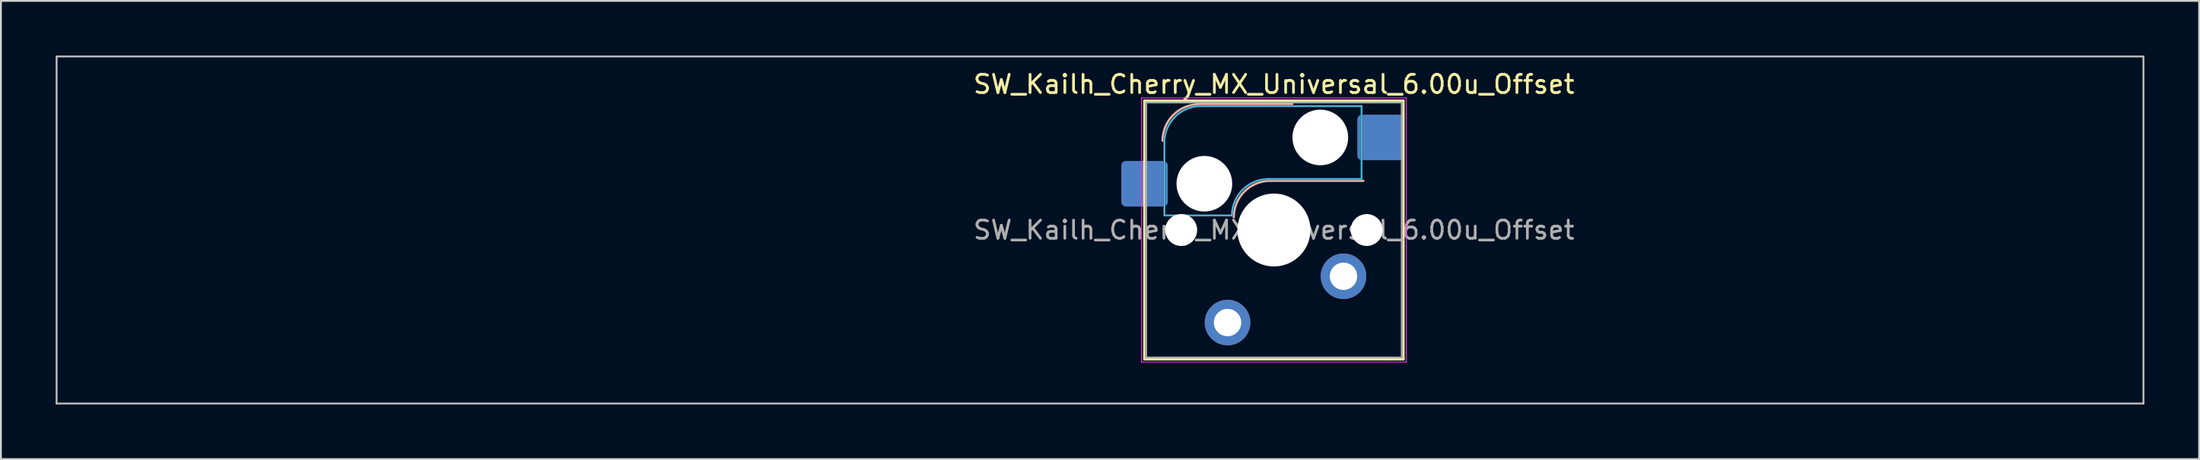
<source format=kicad_pcb>
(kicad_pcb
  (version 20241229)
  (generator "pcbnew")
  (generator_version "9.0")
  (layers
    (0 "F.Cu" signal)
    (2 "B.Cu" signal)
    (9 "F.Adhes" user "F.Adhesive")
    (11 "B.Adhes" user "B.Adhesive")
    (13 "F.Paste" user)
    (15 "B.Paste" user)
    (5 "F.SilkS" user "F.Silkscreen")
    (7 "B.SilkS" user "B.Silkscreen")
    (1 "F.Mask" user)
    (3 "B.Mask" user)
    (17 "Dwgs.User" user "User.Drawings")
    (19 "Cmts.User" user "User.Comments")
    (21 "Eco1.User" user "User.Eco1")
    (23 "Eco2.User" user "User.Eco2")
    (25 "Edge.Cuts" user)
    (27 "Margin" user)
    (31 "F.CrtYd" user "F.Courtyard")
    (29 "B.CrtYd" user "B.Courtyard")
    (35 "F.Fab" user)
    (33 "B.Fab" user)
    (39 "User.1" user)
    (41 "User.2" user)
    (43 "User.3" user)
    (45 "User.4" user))
  (footprint "SW_Kailh_Cherry_MX_Universal_6.00u_Offset"
    (layer "F.Cu")
    (at 66.725 9.575)
    (property "Reference" "SW_Kailh_Cherry_MX_Universal_6.00u_Offset" (at 0 -8 0) (layer "F.SilkS") (effects (font (size 1 1) (thickness 0.15))))
    (attr smd)
    (fp_line (start -7.1 -7.1) (end -7.1 7.1) (stroke (width 0.12) (type solid)) (layer "F.SilkS"))
    (fp_line (start -7.1 7.1) (end 7.1 7.1) (stroke (width 0.12) (type solid)) (layer "F.SilkS"))
    (fp_line (start 7.1 -7.1) (end -7.1 -7.1) (stroke (width 0.12) (type solid)) (layer "F.SilkS"))
    (fp_line (start 7.1 7.1) (end 7.1 -7.1) (stroke (width 0.12) (type solid)) (layer "F.SilkS"))
    (fp_line (start -4.1 -6.9) (end 1 -6.9) (stroke (width 0.12) (type solid)) (layer "B.SilkS"))
    (fp_line (start -0.2 -2.7) (end 4.9 -2.7) (stroke (width 0.12) (type solid)) (layer "B.SilkS"))
    (fp_arc (start -6.1 -4.9) (mid -5.514214 -6.314214) (end -4.1 -6.9) (stroke (width 0.12) (type solid)) (layer "B.SilkS"))
    (fp_arc (start -2.2 -0.7) (mid -1.614214 -2.114214) (end -0.2 -2.7) (stroke (width 0.12) (type solid)) (layer "B.SilkS"))
    (fp_line (start -66.675 -9.525) (end -66.675 9.525) (stroke (width 0.1) (type solid)) (layer "Dwgs.User"))
    (fp_line (start -66.675 9.525) (end 47.625 9.525) (stroke (width 0.1) (type solid)) (layer "Dwgs.User"))
    (fp_line (start 47.625 -9.525) (end -66.675 -9.525) (stroke (width 0.1) (type solid)) (layer "Dwgs.User"))
    (fp_line (start 47.625 9.525) (end 47.625 -9.525) (stroke (width 0.1) (type solid)) (layer "Dwgs.User"))
    (fp_line (start -7.8 -6) (end -7 -6) (stroke (width 0.1) (type solid)) (layer "Eco1.User"))
    (fp_line (start -7.8 -2.9) (end -7.8 -6) (stroke (width 0.1) (type solid)) (layer "Eco1.User"))
    (fp_line (start -7.8 2.9) (end -7 2.9) (stroke (width 0.1) (type solid)) (layer "Eco1.User"))
    (fp_line (start -7.8 6) (end -7.8 2.9) (stroke (width 0.1) (type solid)) (layer "Eco1.User"))
    (fp_line (start -7 -7) (end 7 -7) (stroke (width 0.1) (type solid)) (layer "Eco1.User"))
    (fp_line (start -7 -6) (end -7 -7) (stroke (width 0.1) (type solid)) (layer "Eco1.User"))
    (fp_line (start -7 -2.9) (end -7.8 -2.9) (stroke (width 0.1) (type solid)) (layer "Eco1.User"))
    (fp_line (start -7 2.9) (end -7 -2.9) (stroke (width 0.1) (type solid)) (layer "Eco1.User"))
    (fp_line (start -7 6) (end -7.8 6) (stroke (width 0.1) (type solid)) (layer "Eco1.User"))
    (fp_line (start -7 7) (end -7 6) (stroke (width 0.1) (type solid)) (layer "Eco1.User"))
    (fp_line (start 7 -7) (end 7 -6) (stroke (width 0.1) (type solid)) (layer "Eco1.User"))
    (fp_line (start 7 -6) (end 7.8 -6) (stroke (width 0.1) (type solid)) (layer "Eco1.User"))
    (fp_line (start 7 -2.9) (end 7 2.9) (stroke (width 0.1) (type solid)) (layer "Eco1.User"))
    (fp_line (start 7 2.9) (end 7.8 2.9) (stroke (width 0.1) (type solid)) (layer "Eco1.User"))
    (fp_line (start 7 6) (end 7 7) (stroke (width 0.1) (type solid)) (layer "Eco1.User"))
    (fp_line (start 7 7) (end -7 7) (stroke (width 0.1) (type solid)) (layer "Eco1.User"))
    (fp_line (start 7.8 -6) (end 7.8 -2.9) (stroke (width 0.1) (type solid)) (layer "Eco1.User"))
    (fp_line (start 7.8 -2.9) (end 7 -2.9) (stroke (width 0.1) (type solid)) (layer "Eco1.User"))
    (fp_line (start 7.8 2.9) (end 7.8 6) (stroke (width 0.1) (type solid)) (layer "Eco1.User"))
    (fp_line (start 7.8 6) (end 7 6) (stroke (width 0.1) (type solid)) (layer "Eco1.User"))
    (fp_line (start -6 -0.8) (end -6 -4.8) (stroke (width 0.05) (type solid)) (layer "B.CrtYd"))
    (fp_line (start -6 -0.8) (end -2.3 -0.8) (stroke (width 0.05) (type solid)) (layer "B.CrtYd"))
    (fp_line (start -4 -6.8) (end 4.8 -6.8) (stroke (width 0.05) (type solid)) (layer "B.CrtYd"))
    (fp_line (start -0.3 -2.8) (end 4.8 -2.8) (stroke (width 0.05) (type solid)) (layer "B.CrtYd"))
    (fp_line (start 4.8 -6.8) (end 4.8 -2.8) (stroke (width 0.05) (type solid)) (layer "B.CrtYd"))
    (fp_arc (start -6 -4.8) (mid -5.414214 -6.214214) (end -4 -6.8) (stroke (width 0.05) (type solid)) (layer "B.CrtYd"))
    (fp_arc (start -2.3 -0.8) (mid -1.714214 -2.214214) (end -0.3 -2.8) (stroke (width 0.05) (type solid)) (layer "B.CrtYd"))
    (fp_line (start -7.25 -7.25) (end -7.25 7.25) (stroke (width 0.05) (type solid)) (layer "F.CrtYd"))
    (fp_line (start -7.25 7.25) (end 7.25 7.25) (stroke (width 0.05) (type solid)) (layer "F.CrtYd"))
    (fp_line (start 7.25 -7.25) (end -7.25 -7.25) (stroke (width 0.05) (type solid)) (layer "F.CrtYd"))
    (fp_line (start 7.25 7.25) (end 7.25 -7.25) (stroke (width 0.05) (type solid)) (layer "F.CrtYd"))
    (fp_line (start -6 -0.8) (end -6 -4.8) (stroke (width 0.12) (type solid)) (layer "B.Fab"))
    (fp_line (start -6 -0.8) (end -2.3 -0.8) (stroke (width 0.12) (type solid)) (layer "B.Fab"))
    (fp_line (start -4 -6.8) (end 4.8 -6.8) (stroke (width 0.12) (type solid)) (layer "B.Fab"))
    (fp_line (start -0.3 -2.8) (end 4.8 -2.8) (stroke (width 0.12) (type solid)) (layer "B.Fab"))
    (fp_line (start 4.8 -6.8) (end 4.8 -2.8) (stroke (width 0.12) (type solid)) (layer "B.Fab"))
    (fp_arc (start -6 -4.8) (mid -5.414214 -6.214214) (end -4 -6.8) (stroke (width 0.12) (type solid)) (layer "B.Fab"))
    (fp_arc (start -2.3 -0.8) (mid -1.714214 -2.214214) (end -0.3 -2.8) (stroke (width 0.12) (type solid)) (layer "B.Fab"))
    (fp_line (start -7 -7) (end -7 7) (stroke (width 0.1) (type solid)) (layer "F.Fab"))
    (fp_line (start -7 7) (end 7 7) (stroke (width 0.1) (type solid)) (layer "F.Fab"))
    (fp_line (start 7 -7) (end -7 -7) (stroke (width 0.1) (type solid)) (layer "F.Fab"))
    (fp_line (start 7 7) (end 7 -7) (stroke (width 0.1) (type solid)) (layer "F.Fab"))
    (fp_text user "${REFERENCE}" (at 0 0 0) (layer "F.Fab") (effects (font (size 1 1) (thickness 0.15))))
    (pad "" np_thru_hole circle (at -5.08 0) (size 1.75 1.75) (drill 1.75) (layers "*.Cu" "*.Mask"))
    (pad "" np_thru_hole circle (at -3.81 -2.54) (size 3.05 3.05) (drill 3.05) (layers "*.Cu" "*.Mask"))
    (pad "" np_thru_hole circle (at 0 0) (size 4 4) (drill 4) (layers "*.Cu" "*.Mask"))
    (pad "" np_thru_hole circle (at 2.54 -5.08) (size 3.05 3.05) (drill 3.05) (layers "*.Cu" "*.Mask"))
    (pad "" np_thru_hole circle (at 5.08 0) (size 1.75 1.75) (drill 1.75) (layers "*.Cu" "*.Mask"))
    (pad "1" smd roundrect (at -7.085 -2.54) (size 2.55 2.5) (layers "B.Cu" "B.Mask" "B.Paste") (roundrect_rratio 0.1))
    (pad "1" thru_hole circle (at -2.54 5.08) (size 2.5 2.5) (drill 1.5) (layers "*.Cu" "*.Mask"))
    (pad "2" thru_hole circle (at 3.81 2.54) (size 2.5 2.5) (drill 1.5) (layers "*.Cu" "*.Mask"))
    (pad "2" smd roundrect (at 5.842 -5.08) (size 2.55 2.5) (layers "B.Cu" "B.Mask" "B.Paste") (roundrect_rratio 0.1)))
  (gr_rect
    (start -3 -3)
    (end 117.4 22.15)
    (stroke (width 0.1) (type default))
    (fill no)
    (layer "Edge.Cuts")))
</source>
